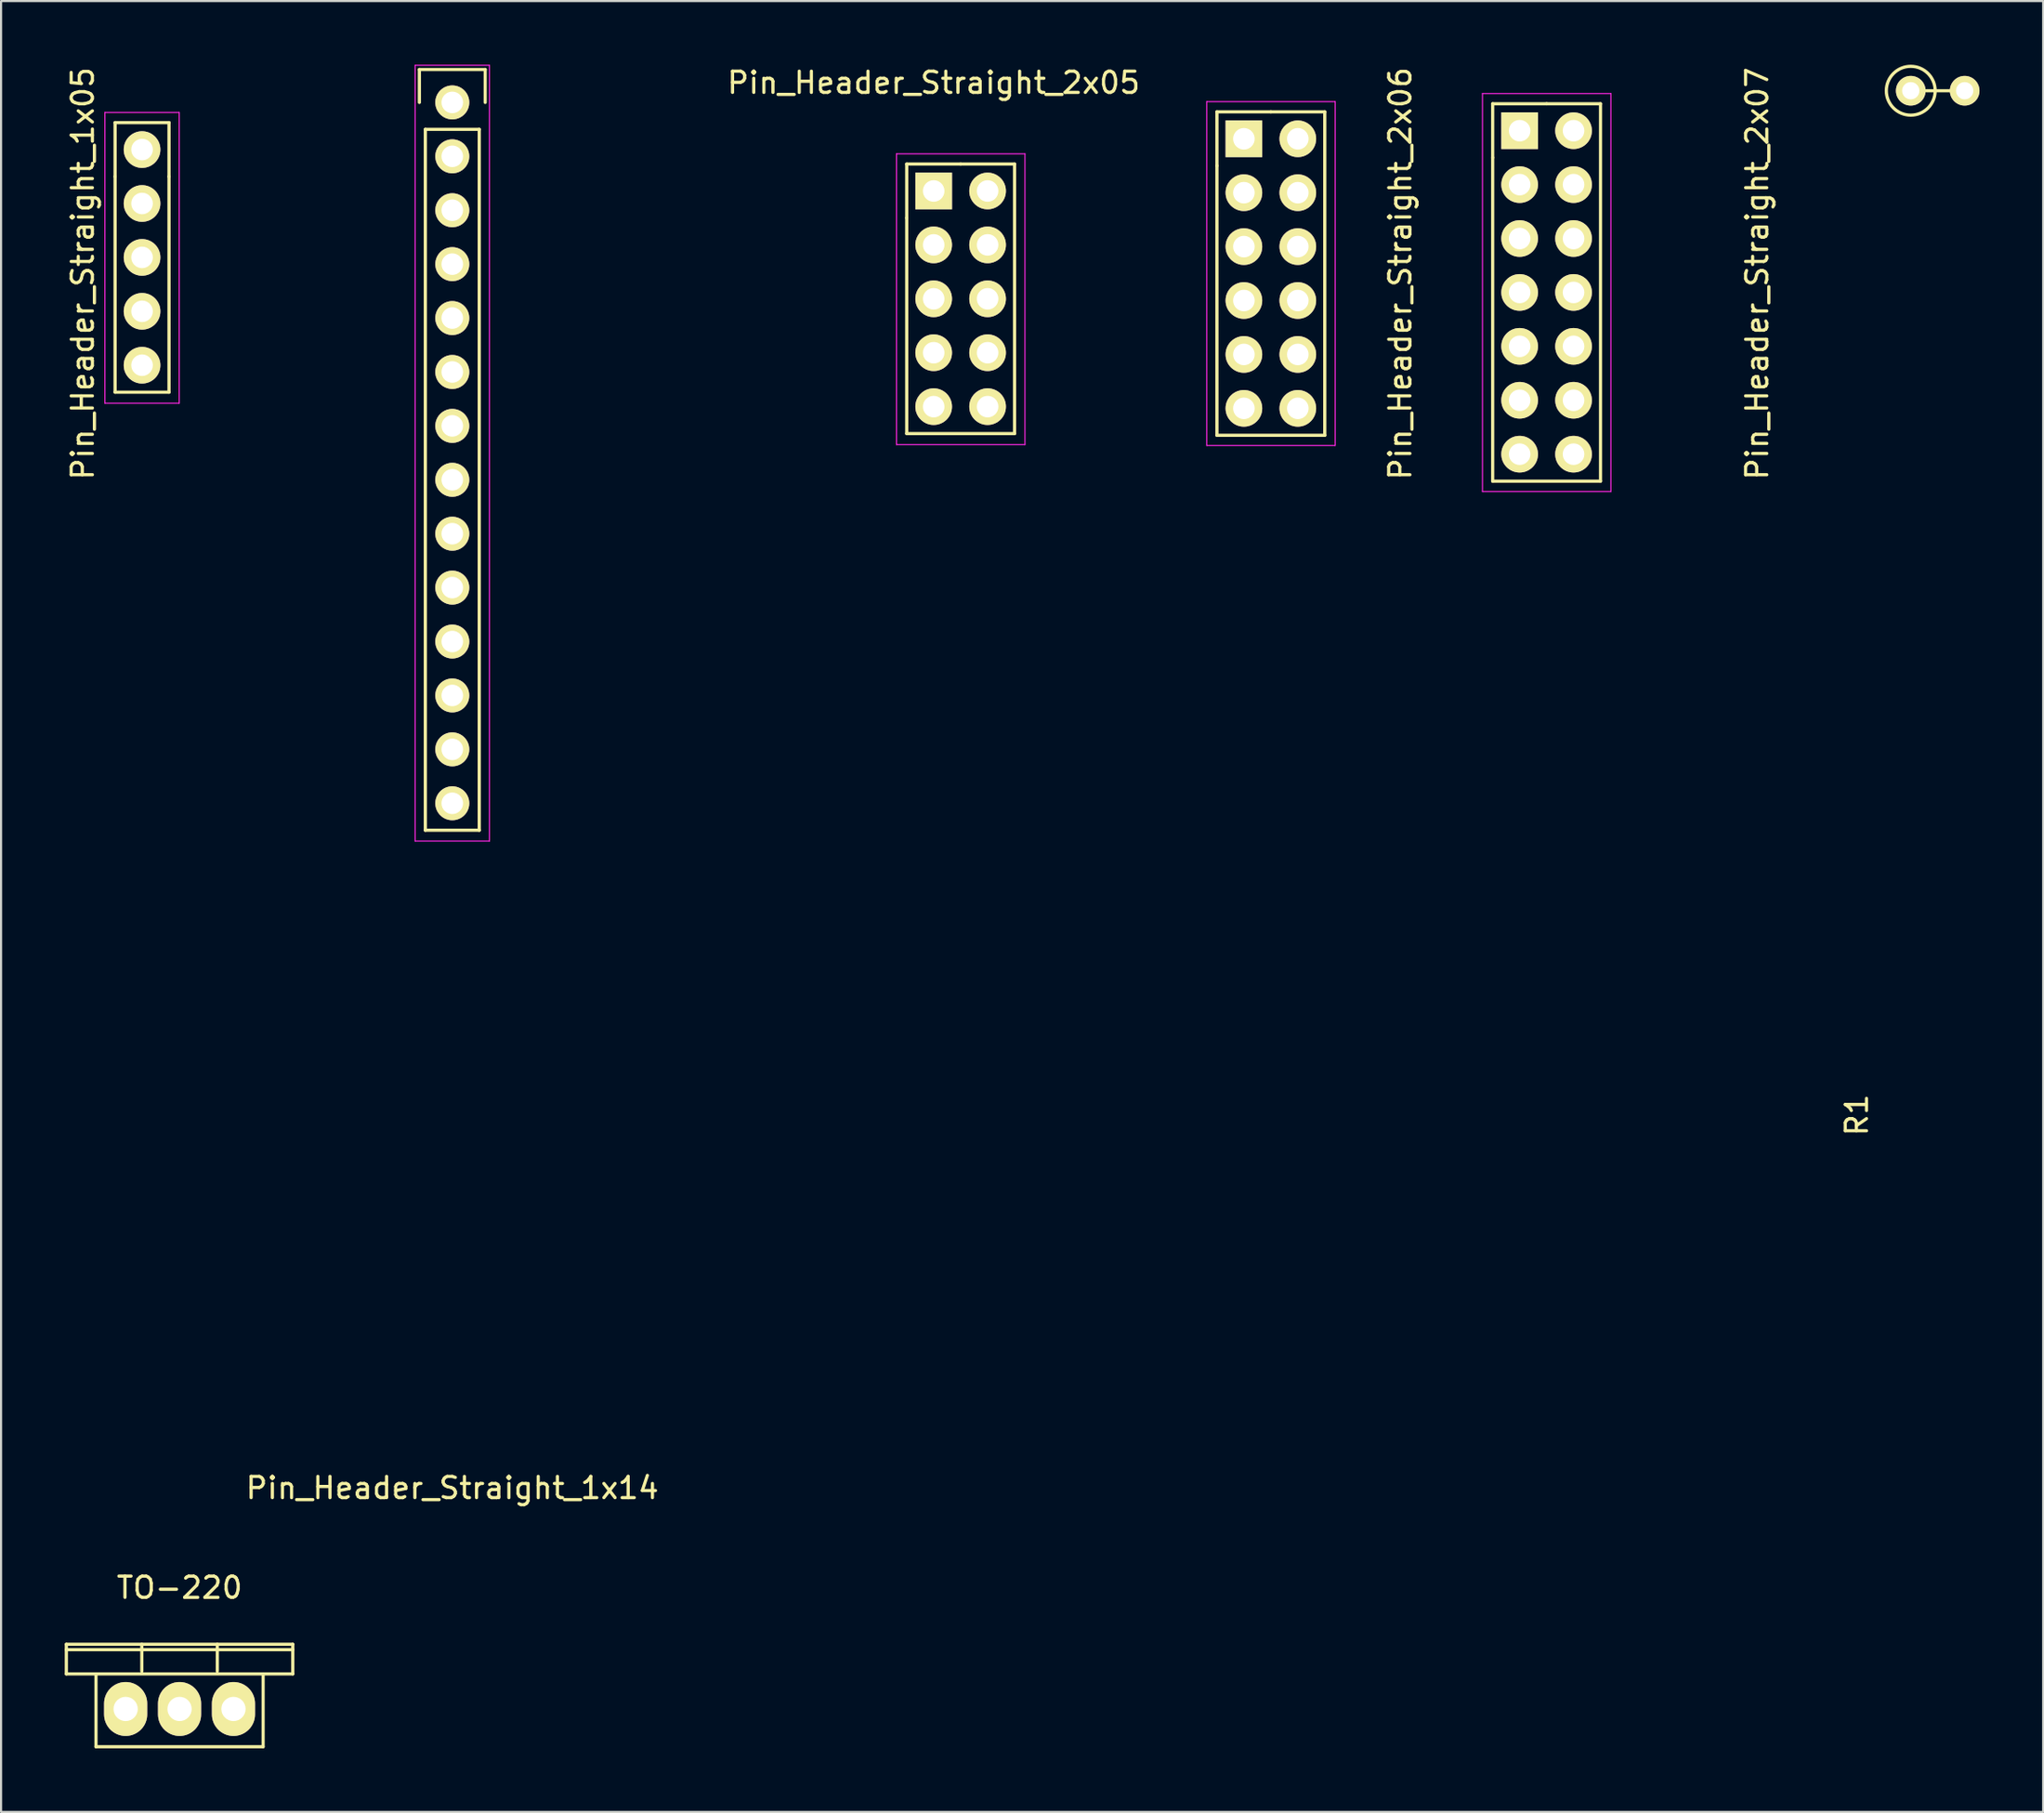
<source format=kicad_pcb>
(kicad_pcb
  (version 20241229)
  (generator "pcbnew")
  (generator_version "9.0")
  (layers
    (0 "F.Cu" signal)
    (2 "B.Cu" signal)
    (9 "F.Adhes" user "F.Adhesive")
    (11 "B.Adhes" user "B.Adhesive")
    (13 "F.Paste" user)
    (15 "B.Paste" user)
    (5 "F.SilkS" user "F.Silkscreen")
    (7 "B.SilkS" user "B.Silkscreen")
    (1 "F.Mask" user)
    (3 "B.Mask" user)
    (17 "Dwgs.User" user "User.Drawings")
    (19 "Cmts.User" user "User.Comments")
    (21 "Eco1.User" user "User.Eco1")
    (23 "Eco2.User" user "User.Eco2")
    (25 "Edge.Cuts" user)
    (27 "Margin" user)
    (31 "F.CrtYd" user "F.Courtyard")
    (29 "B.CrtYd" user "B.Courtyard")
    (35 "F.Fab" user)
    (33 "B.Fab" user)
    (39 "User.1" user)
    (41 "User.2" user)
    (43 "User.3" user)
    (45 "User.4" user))
  (footprint "Pin_Header_Straight_2x05"
    (layer "F.Cu")
    (at 40.935 5.948)
    (property "Reference" "Pin_Header_Straight_2x05" (at 0 -5.1 0) (layer "F.SilkS") (effects (font (size 1 1) (thickness 0.15))))
    (attr through_hole)
    (fp_line (start -1.27 -1.27) (end -1.27 1.27) (stroke (width 0.15) (type solid)) (layer "F.SilkS"))
    (fp_line (start -1.27 11.43) (end -1.27 1.27) (stroke (width 0.15) (type solid)) (layer "F.SilkS"))
    (fp_line (start 1.27 -1.27) (end -1.27 -1.27) (stroke (width 0.15) (type solid)) (layer "F.SilkS"))
    (fp_line (start 3.81 -1.27) (end 1.27 -1.27) (stroke (width 0.15) (type solid)) (layer "F.SilkS"))
    (fp_line (start 3.81 -1.27) (end 3.81 11.43) (stroke (width 0.15) (type solid)) (layer "F.SilkS"))
    (fp_line (start 3.81 11.43) (end -1.27 11.43) (stroke (width 0.15) (type solid)) (layer "F.SilkS"))
    (fp_line (start -1.75 -1.75) (end -1.75 11.95) (stroke (width 0.05) (type solid)) (layer "F.CrtYd"))
    (fp_line (start -1.75 -1.75) (end 4.3 -1.75) (stroke (width 0.05) (type solid)) (layer "F.CrtYd"))
    (fp_line (start -1.75 11.95) (end 4.3 11.95) (stroke (width 0.05) (type solid)) (layer "F.CrtYd"))
    (fp_line (start 4.3 -1.75) (end 4.3 11.95) (stroke (width 0.05) (type solid)) (layer "F.CrtYd"))
    (pad "1" thru_hole rect (at 0 0) (size 1.727 1.727) (drill 1.016) (layers "*.Cu" "*.Mask" "F.SilkS"))
    (pad "2" thru_hole oval (at 2.54 0) (size 1.727 1.727) (drill 1.016) (layers "*.Cu" "*.Mask" "F.SilkS"))
    (pad "3" thru_hole oval (at 0 2.54) (size 1.727 1.727) (drill 1.016) (layers "*.Cu" "*.Mask" "F.SilkS"))
    (pad "4" thru_hole oval (at 2.54 2.54) (size 1.727 1.727) (drill 1.016) (layers "*.Cu" "*.Mask" "F.SilkS"))
    (pad "5" thru_hole oval (at 0 5.08) (size 1.727 1.727) (drill 1.016) (layers "*.Cu" "*.Mask" "F.SilkS"))
    (pad "6" thru_hole oval (at 2.54 5.08) (size 1.727 1.727) (drill 1.016) (layers "*.Cu" "*.Mask" "F.SilkS"))
    (pad "7" thru_hole oval (at 0 7.62) (size 1.727 1.727) (drill 1.016) (layers "*.Cu" "*.Mask" "F.SilkS"))
    (pad "8" thru_hole oval (at 2.54 7.62) (size 1.727 1.727) (drill 1.016) (layers "*.Cu" "*.Mask" "F.SilkS"))
    (pad "9" thru_hole oval (at 0 10.16) (size 1.727 1.727) (drill 1.016) (layers "*.Cu" "*.Mask" "F.SilkS"))
    (pad "10" thru_hole oval (at 2.54 10.16) (size 1.727 1.727) (drill 1.016) (layers "*.Cu" "*.Mask" "F.SilkS")))
  (footprint "Pin_Header_Straight_1x14"
    (layer "F.Cu")
    (at 18.257 1.775)
    (property "Reference" "Pin_Header_Straight_1x14" (at 0 65.278 0) (layer "F.SilkS") (effects (font (size 1 1) (thickness 0.15))))
    (attr through_hole)
    (fp_line (start -1.55 -1.55) (end 1.55 -1.55) (stroke (width 0.15) (type solid)) (layer "F.SilkS"))
    (fp_line (start -1.55 0) (end -1.55 -1.55) (stroke (width 0.15) (type solid)) (layer "F.SilkS"))
    (fp_line (start -1.27 1.27) (end -1.27 34.29) (stroke (width 0.15) (type solid)) (layer "F.SilkS"))
    (fp_line (start -1.27 34.29) (end 1.27 34.29) (stroke (width 0.15) (type solid)) (layer "F.SilkS"))
    (fp_line (start 1.27 1.27) (end -1.27 1.27) (stroke (width 0.15) (type solid)) (layer "F.SilkS"))
    (fp_line (start 1.27 34.29) (end 1.27 1.27) (stroke (width 0.15) (type solid)) (layer "F.SilkS"))
    (fp_line (start 1.55 -1.55) (end 1.55 0) (stroke (width 0.15) (type solid)) (layer "F.SilkS"))
    (fp_line (start -1.75 -1.75) (end -1.75 34.8) (stroke (width 0.05) (type solid)) (layer "F.CrtYd"))
    (fp_line (start -1.75 -1.75) (end 1.75 -1.75) (stroke (width 0.05) (type solid)) (layer "F.CrtYd"))
    (fp_line (start -1.75 34.8) (end 1.75 34.8) (stroke (width 0.05) (type solid)) (layer "F.CrtYd"))
    (fp_line (start 1.75 -1.75) (end 1.75 34.8) (stroke (width 0.05) (type solid)) (layer "F.CrtYd"))
    (pad "1" thru_hole circle (at 0 0) (size 1.6 1.6) (drill 1.016) (layers "*.Cu" "*.Mask" "F.SilkS"))
    (pad "2" thru_hole circle (at 0 2.54) (size 1.6 1.6) (drill 1.016) (layers "*.Cu" "*.Mask" "F.SilkS"))
    (pad "3" thru_hole circle (at 0 5.08) (size 1.6 1.6) (drill 1.016) (layers "*.Cu" "*.Mask" "F.SilkS"))
    (pad "4" thru_hole circle (at 0 7.62) (size 1.6 1.6) (drill 1.016) (layers "*.Cu" "*.Mask" "F.SilkS"))
    (pad "5" thru_hole circle (at 0 10.16) (size 1.6 1.6) (drill 1.016) (layers "*.Cu" "*.Mask" "F.SilkS"))
    (pad "6" thru_hole circle (at 0 12.7) (size 1.6 1.6) (drill 1.016) (layers "*.Cu" "*.Mask" "F.SilkS"))
    (pad "7" thru_hole circle (at 0 15.24) (size 1.6 1.6) (drill 1.016) (layers "*.Cu" "*.Mask" "F.SilkS"))
    (pad "8" thru_hole circle (at 0 17.78) (size 1.6 1.6) (drill 1.016) (layers "*.Cu" "*.Mask" "F.SilkS"))
    (pad "9" thru_hole circle (at 0 20.32) (size 1.6 1.6) (drill 1.016) (layers "*.Cu" "*.Mask" "F.SilkS"))
    (pad "10" thru_hole circle (at 0 22.86) (size 1.6 1.6) (drill 1.016) (layers "*.Cu" "*.Mask" "F.SilkS"))
    (pad "11" thru_hole circle (at 0 25.4) (size 1.6 1.6) (drill 1.016) (layers "*.Cu" "*.Mask" "F.SilkS"))
    (pad "12" thru_hole circle (at 0 27.94) (size 1.6 1.6) (drill 1.016) (layers "*.Cu" "*.Mask" "F.SilkS"))
    (pad "13" thru_hole circle (at 0 30.48) (size 1.6 1.6) (drill 1.016) (layers "*.Cu" "*.Mask" "F.SilkS"))
    (pad "14" thru_hole circle (at 0 33.02) (size 1.6 1.6) (drill 1.016) (layers "*.Cu" "*.Mask" "F.SilkS")))
  (footprint "TO-220"
    (layer "F.Cu")
    (at 5.409 77.465)
    (property "Reference" "TO-220" (at 0 -5.715 0) (layer "F.SilkS") (effects (font (size 1 1) (thickness 0.15))))
    (attr through_hole)
    (fp_line (start -5.334 -3.048) (end -5.334 -1.651) (stroke (width 0.15) (type solid)) (layer "F.SilkS"))
    (fp_line (start -5.334 -1.651) (end 5.334 -1.651) (stroke (width 0.15) (type solid)) (layer "F.SilkS"))
    (fp_line (start -3.937 1.778) (end -3.937 -1.651) (stroke (width 0.15) (type solid)) (layer "F.SilkS"))
    (fp_line (start -1.778 -1.778) (end -1.778 -3.048) (stroke (width 0.15) (type solid)) (layer "F.SilkS"))
    (fp_line (start 1.778 -1.778) (end 1.778 -3.048) (stroke (width 0.15) (type solid)) (layer "F.SilkS"))
    (fp_line (start 3.937 1.778) (end -3.937 1.778) (stroke (width 0.15) (type solid)) (layer "F.SilkS"))
    (fp_line (start 3.937 1.778) (end 3.937 -1.651) (stroke (width 0.15) (type solid)) (layer "F.SilkS"))
    (fp_line (start 5.334 -3.048) (end -5.334 -3.048) (stroke (width 0.15) (type solid)) (layer "F.SilkS"))
    (fp_line (start 5.334 -3.048) (end 5.334 -1.651) (stroke (width 0.15) (type solid)) (layer "F.SilkS"))
    (fp_line (start 5.334 -2.794) (end -5.334 -2.794) (stroke (width 0.15) (type solid)) (layer "F.SilkS"))
    (pad "1" thru_hole oval (at -2.54 0) (size 2.032 2.54) (drill 1.143) (layers "*.Cu" "*.Mask" "F.SilkS"))
    (pad "2" thru_hole oval (at 0 0) (size 2.032 2.54) (drill 1.143) (layers "*.Cu" "*.Mask" "F.SilkS"))
    (pad "3" thru_hole oval (at 2.54 0) (size 2.032 2.54) (drill 1.143) (layers "*.Cu" "*.Mask" "F.SilkS")))
  (footprint "Pin_Header_Straight_2x07"
    (layer "F.Cu")
    (at 68.539 3.108)
    (property "Reference" "Pin_Header_Straight_2x07" (at 11.189 6.731 90) (layer "F.SilkS") (effects (font (size 1 1) (thickness 0.15))))
    (attr through_hole)
    (fp_line (start -1.27 -1.27) (end 1.27 -1.27) (stroke (width 0.15) (type solid)) (layer "F.SilkS"))
    (fp_line (start -1.27 1.27) (end -1.27 -1.27) (stroke (width 0.15) (type solid)) (layer "F.SilkS"))
    (fp_line (start -1.27 1.27) (end -1.27 16.51) (stroke (width 0.15) (type solid)) (layer "F.SilkS"))
    (fp_line (start 3.81 -1.27) (end 1.27 -1.27) (stroke (width 0.15) (type solid)) (layer "F.SilkS"))
    (fp_line (start 3.81 16.51) (end -1.27 16.51) (stroke (width 0.15) (type solid)) (layer "F.SilkS"))
    (fp_line (start 3.81 16.51) (end 3.81 -1.27) (stroke (width 0.15) (type solid)) (layer "F.SilkS"))
    (fp_line (start -1.75 -1.75) (end -1.75 17) (stroke (width 0.05) (type solid)) (layer "F.CrtYd"))
    (fp_line (start -1.75 -1.75) (end 4.3 -1.75) (stroke (width 0.05) (type solid)) (layer "F.CrtYd"))
    (fp_line (start -1.75 17) (end 4.3 17) (stroke (width 0.05) (type solid)) (layer "F.CrtYd"))
    (fp_line (start 4.3 -1.75) (end 4.3 17) (stroke (width 0.05) (type solid)) (layer "F.CrtYd"))
    (pad "1" thru_hole rect (at 0 0) (size 1.727 1.727) (drill 1.016) (layers "*.Cu" "*.Mask" "F.SilkS"))
    (pad "2" thru_hole oval (at 2.54 0) (size 1.727 1.727) (drill 1.016) (layers "*.Cu" "*.Mask" "F.SilkS"))
    (pad "3" thru_hole oval (at 0 2.54) (size 1.727 1.727) (drill 1.016) (layers "*.Cu" "*.Mask" "F.SilkS"))
    (pad "4" thru_hole oval (at 2.54 2.54) (size 1.727 1.727) (drill 1.016) (layers "*.Cu" "*.Mask" "F.SilkS"))
    (pad "5" thru_hole oval (at 0 5.08) (size 1.727 1.727) (drill 1.016) (layers "*.Cu" "*.Mask" "F.SilkS"))
    (pad "6" thru_hole oval (at 2.54 5.08) (size 1.727 1.727) (drill 1.016) (layers "*.Cu" "*.Mask" "F.SilkS"))
    (pad "7" thru_hole oval (at 0 7.62) (size 1.727 1.727) (drill 1.016) (layers "*.Cu" "*.Mask" "F.SilkS"))
    (pad "8" thru_hole oval (at 2.54 7.62) (size 1.727 1.727) (drill 1.016) (layers "*.Cu" "*.Mask" "F.SilkS"))
    (pad "9" thru_hole oval (at 0 10.16) (size 1.727 1.727) (drill 1.016) (layers "*.Cu" "*.Mask" "F.SilkS"))
    (pad "10" thru_hole oval (at 2.54 10.16) (size 1.727 1.727) (drill 1.016) (layers "*.Cu" "*.Mask" "F.SilkS"))
    (pad "11" thru_hole oval (at 0 12.7) (size 1.727 1.727) (drill 1.016) (layers "*.Cu" "*.Mask" "F.SilkS"))
    (pad "12" thru_hole oval (at 2.54 12.7) (size 1.727 1.727) (drill 1.016) (layers "*.Cu" "*.Mask" "F.SilkS"))
    (pad "13" thru_hole oval (at 0 15.24) (size 1.727 1.727) (drill 1.016) (layers "*.Cu" "*.Mask" "F.SilkS"))
    (pad "14" thru_hole oval (at 2.54 15.24) (size 1.727 1.727) (drill 1.016) (layers "*.Cu" "*.Mask" "F.SilkS")))
  (footprint "Pin_Header_Straight_1x05"
    (layer "F.Cu")
    (at 3.642 3.997)
    (property "Reference" "Pin_Header_Straight_1x05" (at -2.794 5.842 90) (layer "F.SilkS") (effects (font (size 1 1) (thickness 0.15))))
    (attr through_hole)
    (fp_line (start -1.27 -1.27) (end 1.27 -1.27) (stroke (width 0.15) (type solid)) (layer "F.SilkS"))
    (fp_line (start -1.27 1.27) (end -1.27 -1.27) (stroke (width 0.15) (type solid)) (layer "F.SilkS"))
    (fp_line (start -1.27 11.43) (end -1.27 1.27) (stroke (width 0.15) (type solid)) (layer "F.SilkS"))
    (fp_line (start 1.27 -1.27) (end 1.27 1.27) (stroke (width 0.15) (type solid)) (layer "F.SilkS"))
    (fp_line (start 1.27 1.27) (end 1.27 11.43) (stroke (width 0.15) (type solid)) (layer "F.SilkS"))
    (fp_line (start 1.27 11.43) (end -1.27 11.43) (stroke (width 0.15) (type solid)) (layer "F.SilkS"))
    (fp_line (start -1.75 -1.75) (end -1.75 11.95) (stroke (width 0.05) (type solid)) (layer "F.CrtYd"))
    (fp_line (start -1.75 -1.75) (end 1.75 -1.75) (stroke (width 0.05) (type solid)) (layer "F.CrtYd"))
    (fp_line (start -1.75 11.95) (end 1.75 11.95) (stroke (width 0.05) (type solid)) (layer "F.CrtYd"))
    (fp_line (start 1.75 -1.75) (end 1.75 11.95) (stroke (width 0.05) (type solid)) (layer "F.CrtYd"))
    (pad "1" thru_hole circle (at 0 0) (size 1.727 1.727) (drill 1.016) (layers "*.Cu" "*.Mask" "F.SilkS"))
    (pad "2" thru_hole circle (at 0 2.54) (size 1.727 1.727) (drill 1.016) (layers "*.Cu" "*.Mask" "F.SilkS"))
    (pad "3" thru_hole circle (at 0 5.08) (size 1.727 1.727) (drill 1.016) (layers "*.Cu" "*.Mask" "F.SilkS"))
    (pad "4" thru_hole circle (at 0 7.62) (size 1.727 1.727) (drill 1.016) (layers "*.Cu" "*.Mask" "F.SilkS"))
    (pad "5" thru_hole circle (at 0 10.16) (size 1.727 1.727) (drill 1.016) (layers "*.Cu" "*.Mask" "F.SilkS")))
  (footprint "R1"
    (layer "F.Cu")
    (at 88.234 1.225)
    (property "Reference" "R1" (at -3.81 48.26 90) (layer "F.SilkS") (effects (font (size 1 1) (thickness 0.15))))
    (attr through_hole)
    (fp_line (start -1.27 0) (end 1.27 0) (stroke (width 0.15) (type solid)) (layer "F.SilkS"))
    (fp_circle (center -1.27 0) (end -1.143 -1.143) (stroke (width 0.15) (type solid)) (fill no) (layer "F.SilkS"))
    (pad "1" thru_hole circle (at -1.27 0) (size 1.397 1.397) (drill 0.813) (layers "*.Cu" "*.Mask" "F.SilkS"))
    (pad "2" thru_hole circle (at 1.27 0) (size 1.397 1.397) (drill 0.813) (layers "*.Cu" "*.Mask" "F.SilkS")))
  (footprint "Pin_Header_Straight_2x06"
    (layer "F.Cu")
    (at 55.549 3.489)
    (property "Reference" "Pin_Header_Straight_2x06" (at 7.366 6.35 90) (layer "F.SilkS") (effects (font (size 1 1) (thickness 0.15))))
    (attr through_hole)
    (fp_line (start -1.27 -1.27) (end 1.27 -1.27) (stroke (width 0.15) (type solid)) (layer "F.SilkS"))
    (fp_line (start -1.27 1.27) (end -1.27 -1.27) (stroke (width 0.15) (type solid)) (layer "F.SilkS"))
    (fp_line (start -1.27 1.27) (end -1.27 13.97) (stroke (width 0.15) (type solid)) (layer "F.SilkS"))
    (fp_line (start 3.81 -1.27) (end 1.27 -1.27) (stroke (width 0.15) (type solid)) (layer "F.SilkS"))
    (fp_line (start 3.81 13.97) (end -1.27 13.97) (stroke (width 0.15) (type solid)) (layer "F.SilkS"))
    (fp_line (start 3.81 13.97) (end 3.81 -1.27) (stroke (width 0.15) (type solid)) (layer "F.SilkS"))
    (fp_line (start -1.75 -1.75) (end -1.75 14.45) (stroke (width 0.05) (type solid)) (layer "F.CrtYd"))
    (fp_line (start -1.75 -1.75) (end 4.3 -1.75) (stroke (width 0.05) (type solid)) (layer "F.CrtYd"))
    (fp_line (start -1.75 14.45) (end 4.3 14.45) (stroke (width 0.05) (type solid)) (layer "F.CrtYd"))
    (fp_line (start 4.3 -1.75) (end 4.3 14.45) (stroke (width 0.05) (type solid)) (layer "F.CrtYd"))
    (pad "1" thru_hole rect (at 0 0) (size 1.727 1.727) (drill 1.016) (layers "*.Cu" "*.Mask" "F.SilkS"))
    (pad "2" thru_hole oval (at 2.54 0) (size 1.727 1.727) (drill 1.016) (layers "*.Cu" "*.Mask" "F.SilkS"))
    (pad "3" thru_hole oval (at 0 2.54) (size 1.727 1.727) (drill 1.016) (layers "*.Cu" "*.Mask" "F.SilkS"))
    (pad "4" thru_hole oval (at 2.54 2.54) (size 1.727 1.727) (drill 1.016) (layers "*.Cu" "*.Mask" "F.SilkS"))
    (pad "5" thru_hole oval (at 0 5.08) (size 1.727 1.727) (drill 1.016) (layers "*.Cu" "*.Mask" "F.SilkS"))
    (pad "6" thru_hole oval (at 2.54 5.08) (size 1.727 1.727) (drill 1.016) (layers "*.Cu" "*.Mask" "F.SilkS"))
    (pad "7" thru_hole oval (at 0 7.62) (size 1.727 1.727) (drill 1.016) (layers "*.Cu" "*.Mask" "F.SilkS"))
    (pad "8" thru_hole oval (at 2.54 7.62) (size 1.727 1.727) (drill 1.016) (layers "*.Cu" "*.Mask" "F.SilkS"))
    (pad "9" thru_hole oval (at 0 10.16) (size 1.727 1.727) (drill 1.016) (layers "*.Cu" "*.Mask" "F.SilkS"))
    (pad "10" thru_hole oval (at 2.54 10.16) (size 1.727 1.727) (drill 1.016) (layers "*.Cu" "*.Mask" "F.SilkS"))
    (pad "11" thru_hole oval (at 0 12.7) (size 1.727 1.727) (drill 1.016) (layers "*.Cu" "*.Mask" "F.SilkS"))
    (pad "12" thru_hole oval (at 2.54 12.7) (size 1.727 1.727) (drill 1.016) (layers "*.Cu" "*.Mask" "F.SilkS")))
  (gr_rect
    (start -3 -3)
    (end 93.202 82.317)
    (stroke (width 0.1) (type default))
    (fill no)
    (layer "Edge.Cuts")))
</source>
